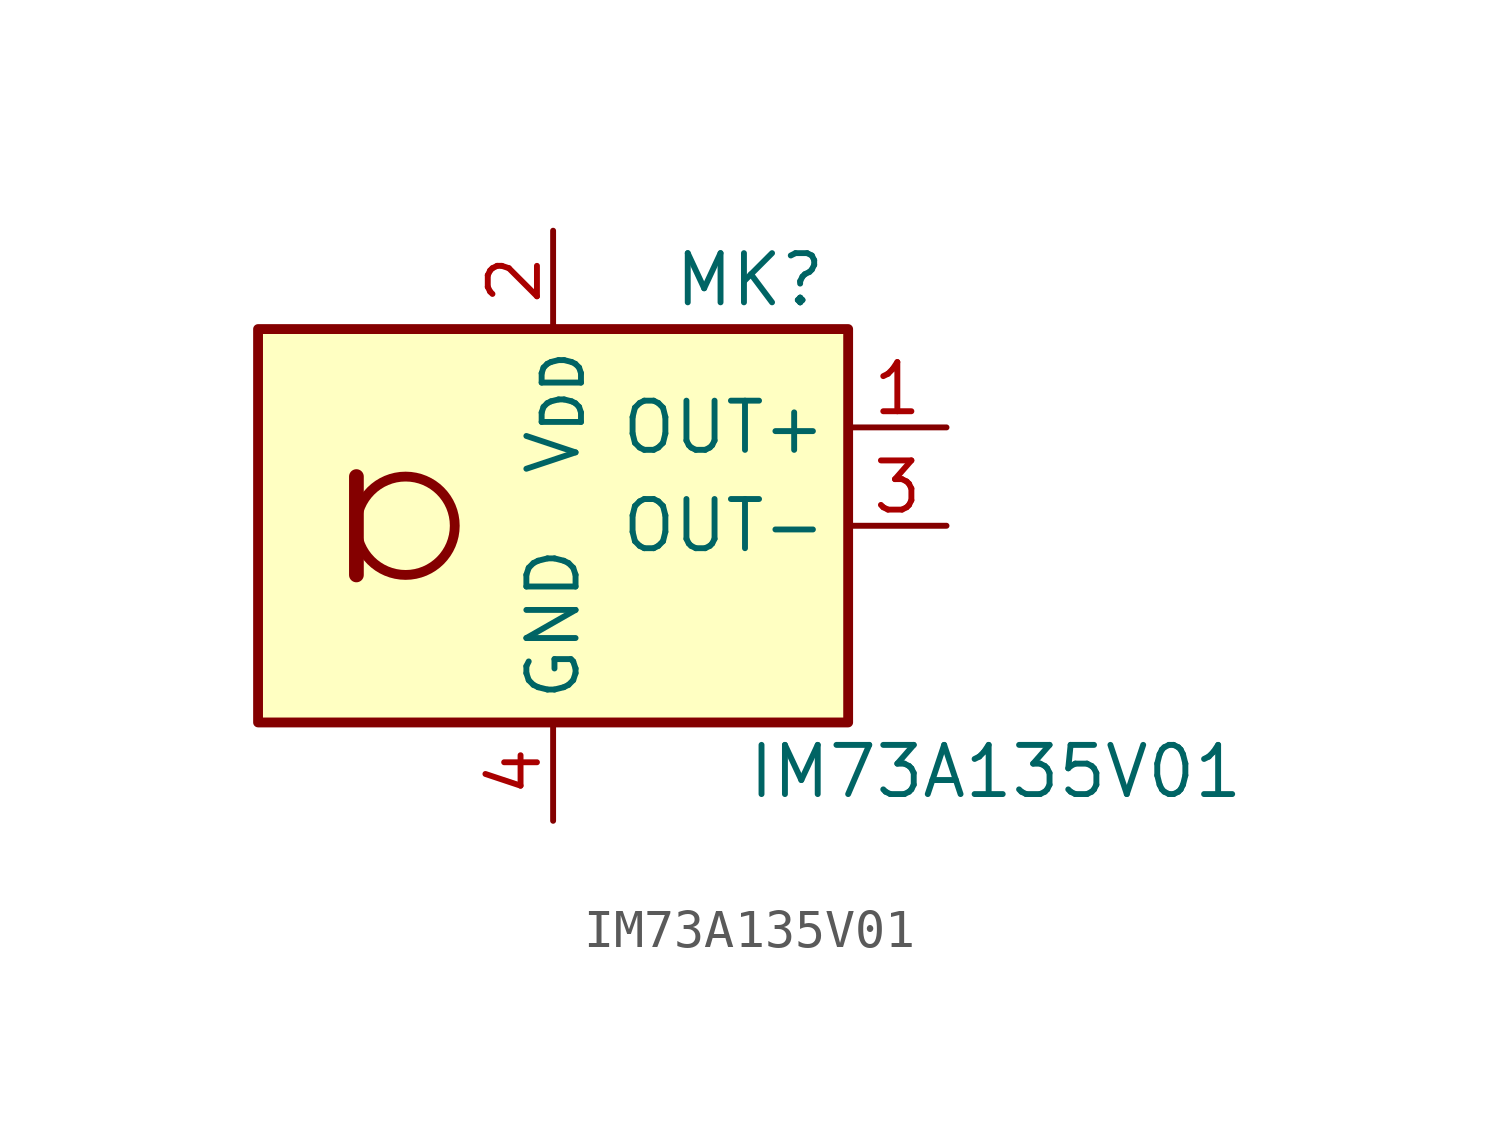
<source format=kicad_sym>
(kicad_symbol_lib
  (version 20220914)
  (generator kicad_symbol_editor)
  (symbol "IM73A135V01"
    (property "Reference" "MK"
      (at 5.08 6.35 0)
      (effects (font (size 1.27 1.27))))
    (property "Value" "IM73A135V01"
      (at 11.43 -6.35 0)
      (effects (font (size 1.27 1.27))))
    (symbol "IM73A135V01_1_1"
      (rectangle (start -7.62 5.08) (end 7.62 -5.08) (stroke (width 0.254) (type default)) (fill (type background)))
      (circle (center -3.81 0) (radius 1.27) (stroke (width 0.254) (type default)) (fill (type none)))
      (polyline (pts (xy -5.08 1.27) (xy -5.08 -1.27)) (stroke (width 0.381) (type default)) (fill (type none)))
      (pin output line (at 10.16 2.54 180) (length 2.54) (name "OUT+" (effects (font (size 1.27 1.27)))) (number "1" (effects (font (size 1.27 1.27)))))
      (pin power_in line (at 0 7.62 270) (length 2.54) (name "V_{DD}" (effects (font (size 1.27 1.27)))) (number "2" (effects (font (size 1.27 1.27)))))
      (pin output line (at 10.16 0 180) (length 2.54) (name "OUT-" (effects (font (size 1.27 1.27)))) (number "3" (effects (font (size 1.27 1.27)))))
      (pin power_in line (at 0 -7.62 90) (length 2.54) (name "GND" (effects (font (size 1.27 1.27)))) (number "4" (effects (font (size 1.27 1.27)))))
      (pin passive line (at 0 -7.62 90) (length 2.54) hide (name "GND" (effects (font (size 1.27 1.27)))) (number "5" (effects (font (size 1.27 1.27))))))))
</source>
